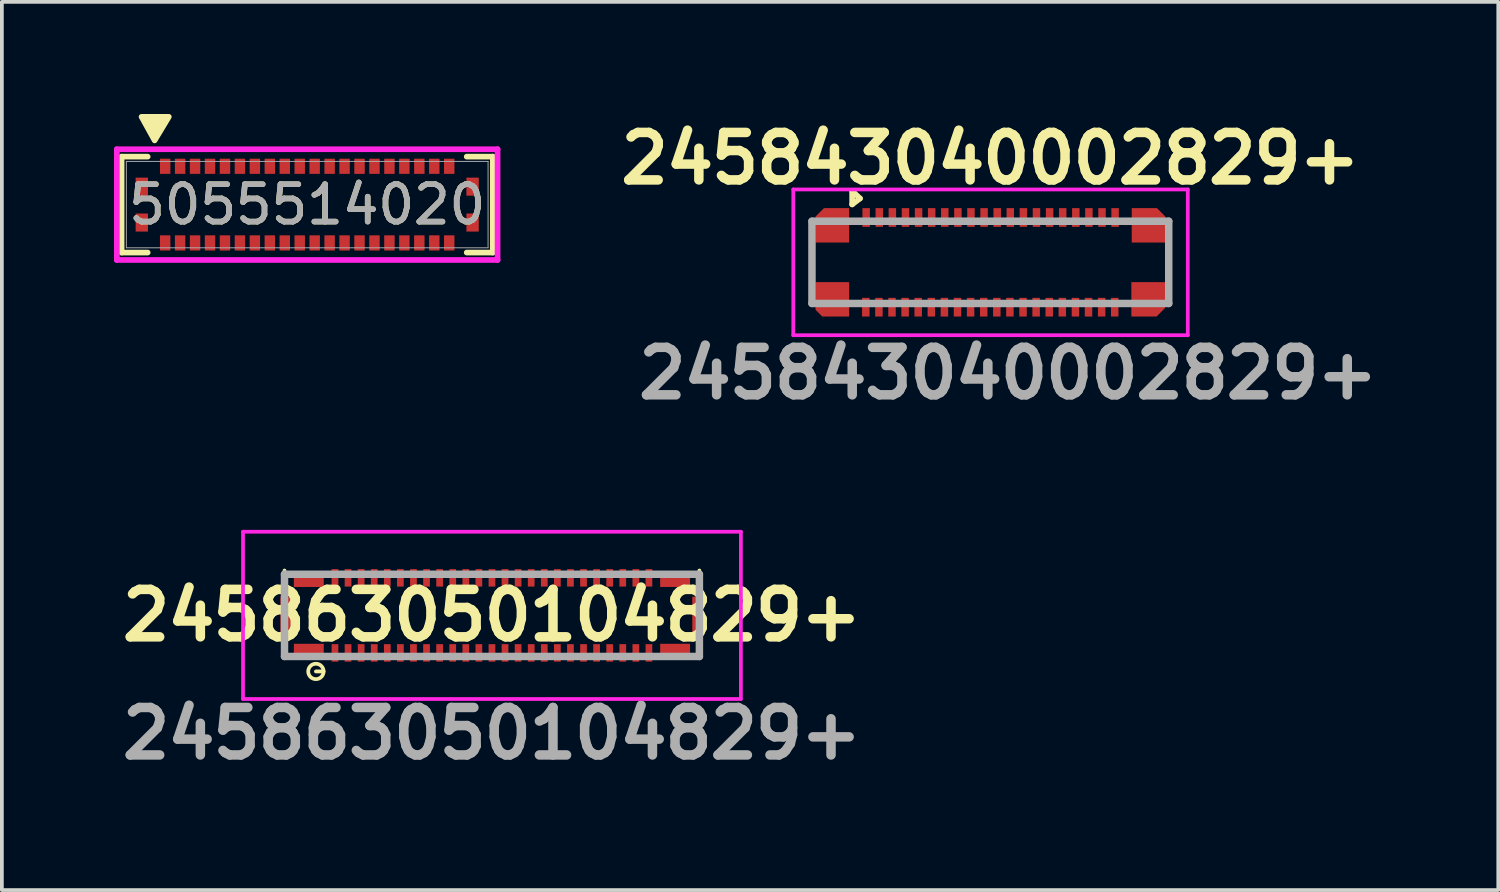
<source format=kicad_pcb>
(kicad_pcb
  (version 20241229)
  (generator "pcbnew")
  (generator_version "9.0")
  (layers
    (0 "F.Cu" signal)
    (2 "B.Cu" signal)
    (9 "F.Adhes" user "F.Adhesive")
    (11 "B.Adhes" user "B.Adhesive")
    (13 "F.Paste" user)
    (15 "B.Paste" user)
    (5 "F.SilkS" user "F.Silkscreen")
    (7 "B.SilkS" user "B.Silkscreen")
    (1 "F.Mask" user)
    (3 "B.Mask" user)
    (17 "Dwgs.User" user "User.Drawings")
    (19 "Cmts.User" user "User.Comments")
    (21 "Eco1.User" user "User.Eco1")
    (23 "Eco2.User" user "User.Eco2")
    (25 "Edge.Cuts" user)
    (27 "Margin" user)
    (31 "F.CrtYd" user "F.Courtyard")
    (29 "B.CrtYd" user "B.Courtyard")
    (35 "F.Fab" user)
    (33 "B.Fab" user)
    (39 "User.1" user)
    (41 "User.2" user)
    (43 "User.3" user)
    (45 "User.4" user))
  (footprint "5055514020"
    (layer "F.Cu")
    (at 5.169 2.424)
    (property "Reference" "5055514020" (at 0 0 0) (unlocked yes) (layer "F.SilkS") (effects (font (size 1 1) (thickness 0.15))))
    (attr smd)
    (fp_line (start -4.966 -1.283) (end -4.966 1.283) (stroke (width 0.152) (type solid)) (layer "F.SilkS"))
    (fp_line (start -4.966 1.283) (end -4.268 1.283) (stroke (width 0.152) (type solid)) (layer "F.SilkS"))
    (fp_line (start -4.268 -1.283) (end -4.966 -1.283) (stroke (width 0.152) (type solid)) (layer "F.SilkS"))
    (fp_line (start 4.268 1.283) (end 4.966 1.283) (stroke (width 0.152) (type solid)) (layer "F.SilkS"))
    (fp_line (start 4.966 -1.283) (end 4.268 -1.283) (stroke (width 0.152) (type solid)) (layer "F.SilkS"))
    (fp_line (start 4.966 1.283) (end 4.966 -1.283) (stroke (width 0.152) (type solid)) (layer "F.SilkS"))
    (fp_poly (pts (xy -4.082 -1.717) (xy -4.432 -2.349) (xy -3.702 -2.349)) (stroke (width 0.15) (type solid)) (fill yes) (layer "F.SilkS"))
    (fp_line (start -5.093 -1.482) (end -5.093 1.482) (stroke (width 0.152) (type solid)) (layer "F.CrtYd"))
    (fp_line (start -5.093 1.482) (end 5.093 1.482) (stroke (width 0.152) (type solid)) (layer "F.CrtYd"))
    (fp_line (start 5.093 -1.482) (end -5.093 -1.482) (stroke (width 0.152) (type solid)) (layer "F.CrtYd"))
    (fp_line (start 5.093 1.482) (end 5.093 -1.482) (stroke (width 0.152) (type solid)) (layer "F.CrtYd"))
    (fp_line (start -4.839 -1.156) (end -4.839 1.156) (stroke (width 0.025) (type solid)) (layer "F.Fab"))
    (fp_line (start -4.839 1.156) (end 4.839 1.156) (stroke (width 0.025) (type solid)) (layer "F.Fab"))
    (fp_line (start 4.839 -1.156) (end -4.839 -1.156) (stroke (width 0.025) (type solid)) (layer "F.Fab"))
    (fp_line (start 4.839 1.156) (end 4.839 -1.156) (stroke (width 0.025) (type solid)) (layer "F.Fab"))
    (fp_text user "${REFERENCE}" (at 0 0 0) (unlocked yes) (layer "F.Fab") (effects (font (size 1 1) (thickness 0.15))))
    (pad "1" smd rect (at -3.8 -1.025) (size 0.279 0.406) (layers "F.Cu" "F.Mask" "F.Paste"))
    (pad "2" smd rect (at -3.8 1.025) (size 0.279 0.406) (layers "F.Cu" "F.Mask" "F.Paste"))
    (pad "3" smd rect (at -3.4 -1.025) (size 0.279 0.406) (layers "F.Cu" "F.Mask" "F.Paste"))
    (pad "4" smd rect (at -3.4 1.025) (size 0.279 0.406) (layers "F.Cu" "F.Mask" "F.Paste"))
    (pad "5" smd rect (at -3 -1.025) (size 0.279 0.406) (layers "F.Cu" "F.Mask" "F.Paste"))
    (pad "6" smd rect (at -3 1.025) (size 0.279 0.406) (layers "F.Cu" "F.Mask" "F.Paste"))
    (pad "7" smd rect (at -2.6 -1.025) (size 0.279 0.406) (layers "F.Cu" "F.Mask" "F.Paste"))
    (pad "8" smd rect (at -2.6 1.025) (size 0.279 0.406) (layers "F.Cu" "F.Mask" "F.Paste"))
    (pad "9" smd rect (at -2.2 -1.025) (size 0.279 0.406) (layers "F.Cu" "F.Mask" "F.Paste"))
    (pad "10" smd rect (at -2.2 1.025) (size 0.279 0.406) (layers "F.Cu" "F.Mask" "F.Paste"))
    (pad "11" smd rect (at -1.8 -1.025) (size 0.279 0.406) (layers "F.Cu" "F.Mask" "F.Paste"))
    (pad "12" smd rect (at -1.8 1.025) (size 0.279 0.406) (layers "F.Cu" "F.Mask" "F.Paste"))
    (pad "13" smd rect (at -1.4 -1.025) (size 0.279 0.406) (layers "F.Cu" "F.Mask" "F.Paste"))
    (pad "14" smd rect (at -1.4 1.025) (size 0.279 0.406) (layers "F.Cu" "F.Mask" "F.Paste"))
    (pad "15" smd rect (at -1 -1.025) (size 0.279 0.406) (layers "F.Cu" "F.Mask" "F.Paste"))
    (pad "16" smd rect (at -1 1.025) (size 0.279 0.406) (layers "F.Cu" "F.Mask" "F.Paste"))
    (pad "17" smd rect (at -0.6 -1.025) (size 0.279 0.406) (layers "F.Cu" "F.Mask" "F.Paste"))
    (pad "18" smd rect (at -0.6 1.025) (size 0.279 0.406) (layers "F.Cu" "F.Mask" "F.Paste"))
    (pad "19" smd rect (at -0.2 -1.025) (size 0.279 0.406) (layers "F.Cu" "F.Mask" "F.Paste"))
    (pad "20" smd rect (at -0.2 1.025) (size 0.279 0.406) (layers "F.Cu" "F.Mask" "F.Paste"))
    (pad "21" smd rect (at 0.2 -1.025) (size 0.279 0.406) (layers "F.Cu" "F.Mask" "F.Paste"))
    (pad "22" smd rect (at 0.2 1.025) (size 0.279 0.406) (layers "F.Cu" "F.Mask" "F.Paste"))
    (pad "23" smd rect (at 0.6 -1.025) (size 0.279 0.406) (layers "F.Cu" "F.Mask" "F.Paste"))
    (pad "24" smd rect (at 0.6 1.025) (size 0.279 0.406) (layers "F.Cu" "F.Mask" "F.Paste"))
    (pad "25" smd rect (at 1 -1.025) (size 0.279 0.406) (layers "F.Cu" "F.Mask" "F.Paste"))
    (pad "26" smd rect (at 1 1.025) (size 0.279 0.406) (layers "F.Cu" "F.Mask" "F.Paste"))
    (pad "27" smd rect (at 1.4 -1.025) (size 0.279 0.406) (layers "F.Cu" "F.Mask" "F.Paste"))
    (pad "28" smd rect (at 1.4 1.025) (size 0.279 0.406) (layers "F.Cu" "F.Mask" "F.Paste"))
    (pad "29" smd rect (at 1.8 -1.025) (size 0.279 0.406) (layers "F.Cu" "F.Mask" "F.Paste"))
    (pad "30" smd rect (at 1.8 1.025) (size 0.279 0.406) (layers "F.Cu" "F.Mask" "F.Paste"))
    (pad "31" smd rect (at 2.2 -1.025) (size 0.279 0.406) (layers "F.Cu" "F.Mask" "F.Paste"))
    (pad "32" smd rect (at 2.2 1.025) (size 0.279 0.406) (layers "F.Cu" "F.Mask" "F.Paste"))
    (pad "33" smd rect (at 2.6 -1.025) (size 0.279 0.406) (layers "F.Cu" "F.Mask" "F.Paste"))
    (pad "34" smd rect (at 2.6 1.025) (size 0.279 0.406) (layers "F.Cu" "F.Mask" "F.Paste"))
    (pad "35" smd rect (at 3 -1.025) (size 0.279 0.406) (layers "F.Cu" "F.Mask" "F.Paste"))
    (pad "36" smd rect (at 3 1.025) (size 0.279 0.406) (layers "F.Cu" "F.Mask" "F.Paste"))
    (pad "37" smd rect (at 3.4 -1.025) (size 0.279 0.406) (layers "F.Cu" "F.Mask" "F.Paste"))
    (pad "38" smd rect (at 3.4 1.025) (size 0.279 0.406) (layers "F.Cu" "F.Mask" "F.Paste"))
    (pad "39" smd rect (at 3.8 -1.025) (size 0.279 0.406) (layers "F.Cu" "F.Mask" "F.Paste"))
    (pad "40" smd rect (at 3.8 1.025) (size 0.279 0.406) (layers "F.Cu" "F.Mask" "F.Paste"))
    (pad "41" smd rect (at -4.425 -0.48) (size 0.33 0.483) (layers "F.Cu" "F.Mask" "F.Paste"))
    (pad "42" smd rect (at 4.425 -0.48) (size 0.33 0.483) (layers "F.Cu" "F.Mask" "F.Paste"))
    (pad "43" smd rect (at -4.425 0.48) (size 0.33 0.483) (layers "F.Cu" "F.Mask" "F.Paste"))
    (pad "44" smd rect (at 4.425 0.48) (size 0.33 0.483) (layers "F.Cu" "F.Mask" "F.Paste")))
  (footprint "245843040002829+"
    (layer "F.Cu")
    (at 23.449 3.969)
    (property "Reference" "245843040002829+" (at 0 -2.78 0) (layer "F.SilkS") (effects (font (size 1.27 1.27) (thickness 0.254))))
    (attr smd)
    (fp_line (start -4.775 -0.4) (end -4.775 0.4) (stroke (width 0.1) (type solid)) (layer "F.SilkS"))
    (fp_line (start -3.7 -1.91) (end -3.49 -1.71) (stroke (width 0.15) (type default)) (layer "F.SilkS"))
    (fp_line (start -3.7 -1.55) (end -3.7 -1.91) (stroke (width 0.15) (type default)) (layer "F.SilkS"))
    (fp_line (start -3.7 -1.55) (end -3.49 -1.71) (stroke (width 0.15) (type default)) (layer "F.SilkS"))
    (fp_line (start 4.77 -0.4) (end 4.77 0.4) (stroke (width 0.1) (type solid)) (layer "F.SilkS"))
    (fp_line (start -5.275 -1.95) (end 5.28 -1.95) (stroke (width 0.1) (type solid)) (layer "F.CrtYd"))
    (fp_line (start -5.275 1.95) (end -5.275 -1.95) (stroke (width 0.1) (type solid)) (layer "F.CrtYd"))
    (fp_line (start 5.28 -1.95) (end 5.28 1.95) (stroke (width 0.1) (type solid)) (layer "F.CrtYd"))
    (fp_line (start 5.28 1.95) (end -5.275 1.95) (stroke (width 0.1) (type solid)) (layer "F.CrtYd"))
    (fp_line (start -4.775 -1.1) (end 4.77 -1.1) (stroke (width 0.2) (type solid)) (layer "F.Fab"))
    (fp_line (start -4.775 1.1) (end -4.775 -1.1) (stroke (width 0.2) (type solid)) (layer "F.Fab"))
    (fp_line (start 4.77 -1.1) (end 4.77 1.1) (stroke (width 0.2) (type solid)) (layer "F.Fab"))
    (fp_line (start 4.77 1.1) (end -4.775 1.1) (stroke (width 0.2) (type solid)) (layer "F.Fab"))
    (fp_text user "${REFERENCE}" (at 0.475 2.97 0) (layer "F.Fab") (effects (font (size 1.27 1.27) (thickness 0.254))))
    (pad "1" smd rect (at -3.325 -1.2) (size 0.2 0.5) (layers "F.Cu" "F.Mask" "F.Paste"))
    (pad "2" smd rect (at -3.335 1.2) (size 0.2 0.5) (layers "F.Cu" "F.Mask" "F.Paste"))
    (pad "3" smd rect (at -2.974 -1.2) (size 0.2 0.5) (layers "F.Cu" "F.Mask" "F.Paste"))
    (pad "4" smd rect (at -2.984 1.2) (size 0.2 0.5) (layers "F.Cu" "F.Mask" "F.Paste"))
    (pad "5" smd rect (at -2.624 -1.2) (size 0.2 0.5) (layers "F.Cu" "F.Mask" "F.Paste"))
    (pad "6" smd rect (at -2.634 1.2) (size 0.2 0.5) (layers "F.Cu" "F.Mask" "F.Paste"))
    (pad "7" smd rect (at -2.273 -1.2) (size 0.2 0.5) (layers "F.Cu" "F.Mask" "F.Paste"))
    (pad "8" smd rect (at -2.283 1.2) (size 0.2 0.5) (layers "F.Cu" "F.Mask" "F.Paste"))
    (pad "9" smd rect (at -1.923 -1.2) (size 0.2 0.5) (layers "F.Cu" "F.Mask" "F.Paste"))
    (pad "10" smd rect (at -1.933 1.2) (size 0.2 0.5) (layers "F.Cu" "F.Mask" "F.Paste"))
    (pad "11" smd rect (at -1.572 -1.2) (size 0.2 0.5) (layers "F.Cu" "F.Mask" "F.Paste"))
    (pad "12" smd rect (at -1.582 1.2) (size 0.2 0.5) (layers "F.Cu" "F.Mask" "F.Paste"))
    (pad "13" smd rect (at -1.222 -1.2) (size 0.2 0.5) (layers "F.Cu" "F.Mask" "F.Paste"))
    (pad "14" smd rect (at -1.232 1.2) (size 0.2 0.5) (layers "F.Cu" "F.Mask" "F.Paste"))
    (pad "15" smd rect (at -0.871 -1.2) (size 0.2 0.5) (layers "F.Cu" "F.Mask" "F.Paste"))
    (pad "16" smd rect (at -0.881 1.2) (size 0.2 0.5) (layers "F.Cu" "F.Mask" "F.Paste"))
    (pad "17" smd rect (at -0.521 -1.2) (size 0.2 0.5) (layers "F.Cu" "F.Mask" "F.Paste"))
    (pad "18" smd rect (at -0.531 1.2) (size 0.2 0.5) (layers "F.Cu" "F.Mask" "F.Paste"))
    (pad "19" smd rect (at -0.17 -1.2) (size 0.2 0.5) (layers "F.Cu" "F.Mask" "F.Paste"))
    (pad "20" smd rect (at -0.18 1.2) (size 0.2 0.5) (layers "F.Cu" "F.Mask" "F.Paste"))
    (pad "21" smd rect (at 0.181 -1.2) (size 0.2 0.5) (layers "F.Cu" "F.Mask" "F.Paste"))
    (pad "22" smd rect (at 0.171 1.2) (size 0.2 0.5) (layers "F.Cu" "F.Mask" "F.Paste"))
    (pad "23" smd rect (at 0.531 -1.2) (size 0.2 0.5) (layers "F.Cu" "F.Mask" "F.Paste"))
    (pad "24" smd rect (at 0.521 1.2) (size 0.2 0.5) (layers "F.Cu" "F.Mask" "F.Paste"))
    (pad "25" smd rect (at 0.882 -1.2) (size 0.2 0.5) (layers "F.Cu" "F.Mask" "F.Paste"))
    (pad "26" smd rect (at 0.872 1.2) (size 0.2 0.5) (layers "F.Cu" "F.Mask" "F.Paste"))
    (pad "27" smd rect (at 1.232 -1.2) (size 0.2 0.5) (layers "F.Cu" "F.Mask" "F.Paste"))
    (pad "28" smd rect (at 1.222 1.2) (size 0.2 0.5) (layers "F.Cu" "F.Mask" "F.Paste"))
    (pad "29" smd rect (at 1.583 -1.2) (size 0.2 0.5) (layers "F.Cu" "F.Mask" "F.Paste"))
    (pad "30" smd rect (at 1.573 1.2) (size 0.2 0.5) (layers "F.Cu" "F.Mask" "F.Paste"))
    (pad "31" smd rect (at 1.933 -1.2) (size 0.2 0.5) (layers "F.Cu" "F.Mask" "F.Paste"))
    (pad "32" smd rect (at 1.923 1.2) (size 0.2 0.5) (layers "F.Cu" "F.Mask" "F.Paste"))
    (pad "33" smd rect (at 2.284 -1.2) (size 0.2 0.5) (layers "F.Cu" "F.Mask" "F.Paste"))
    (pad "34" smd rect (at 2.274 1.2) (size 0.2 0.5) (layers "F.Cu" "F.Mask" "F.Paste"))
    (pad "35" smd rect (at 2.634 -1.2) (size 0.2 0.5) (layers "F.Cu" "F.Mask" "F.Paste"))
    (pad "36" smd rect (at 2.624 1.2) (size 0.2 0.5) (layers "F.Cu" "F.Mask" "F.Paste"))
    (pad "37" smd rect (at 2.985 -1.2) (size 0.2 0.5) (layers "F.Cu" "F.Mask" "F.Paste"))
    (pad "38" smd rect (at 2.975 1.2) (size 0.2 0.5) (layers "F.Cu" "F.Mask" "F.Paste"))
    (pad "39" smd rect (at 3.335 -1.2) (size 0.2 0.5) (layers "F.Cu" "F.Mask" "F.Paste"))
    (pad "40" smd rect (at 3.325 1.2) (size 0.2 0.5) (layers "F.Cu" "F.Mask" "F.Paste"))
    (pad "41" smd roundrect (at -4.23 -0.99) (size 0.9 0.92) (layers "F.Cu" "F.Mask" "F.Paste") (roundrect_rratio 0) (chamfer_ratio 0.25) (chamfer top_left))
    (pad "42" smd roundrect (at -4.23 0.99) (size 0.9 0.92) (layers "F.Cu" "F.Mask" "F.Paste") (roundrect_rratio 0) (chamfer_ratio 0.2) (chamfer bottom_left))
    (pad "43" smd roundrect (at 4.22 0.99) (size 0.9 0.92) (layers "F.Cu" "F.Mask" "F.Paste") (roundrect_rratio 0) (chamfer_ratio 0.25) (chamfer bottom_right))
    (pad "44" smd roundrect (at 4.23 -0.99) (size 0.9 0.92) (layers "F.Cu" "F.Mask" "F.Paste") (roundrect_rratio 0) (chamfer_ratio 0.25) (chamfer top_right)))
  (footprint "245863050104829+"
    (layer "F.Cu")
    (at 10.112 13.414)
    (property "Reference" "245863050104829+" (at 0 0 0) (layer "F.SilkS") (effects (font (size 1.27 1.27) (thickness 0.254))))
    (attr smd)
    (fp_line (start -5.55 -1.2) (end -5.55 -0.7) (stroke (width 0.1) (type solid)) (layer "F.SilkS"))
    (fp_line (start -5.55 0.6) (end -5.55 1.004) (stroke (width 0.1) (type solid)) (layer "F.SilkS"))
    (fp_line (start -5.55 0.935) (end -5.55 1.1) (stroke (width 0.1) (type solid)) (layer "F.SilkS"))
    (fp_line (start -4.71 1.5) (end -4.504 1.5) (stroke (width 0.1) (type default)) (layer "F.SilkS"))
    (fp_line (start 5.55 -1.2) (end 5.55 -0.7) (stroke (width 0.1) (type solid)) (layer "F.SilkS"))
    (fp_line (start 5.55 0.6) (end 5.55 1.004) (stroke (width 0.1) (type solid)) (layer "F.SilkS"))
    (fp_line (start 5.55 1.004) (end 5.55 1.1) (stroke (width 0.1) (type solid)) (layer "F.SilkS"))
    (fp_circle (center -4.71 1.5) (end -4.53 1.6) (stroke (width 0.1) (type default)) (fill no) (layer "F.SilkS"))
    (fp_line (start -6.66 -2.237) (end 6.66 -2.237) (stroke (width 0.1) (type solid)) (layer "F.CrtYd"))
    (fp_line (start -6.66 2.237) (end -6.66 -2.237) (stroke (width 0.1) (type solid)) (layer "F.CrtYd"))
    (fp_line (start 6.66 -2.237) (end 6.66 2.237) (stroke (width 0.1) (type solid)) (layer "F.CrtYd"))
    (fp_line (start 6.66 2.237) (end -6.66 2.237) (stroke (width 0.1) (type solid)) (layer "F.CrtYd"))
    (fp_line (start -5.55 -1.1) (end 5.55 -1.1) (stroke (width 0.2) (type solid)) (layer "F.Fab"))
    (fp_line (start -5.55 1.1) (end -5.55 -1.1) (stroke (width 0.2) (type solid)) (layer "F.Fab"))
    (fp_line (start 5.55 -1.1) (end 5.55 1.1) (stroke (width 0.2) (type solid)) (layer "F.Fab"))
    (fp_line (start 5.55 1.1) (end -5.55 1.1) (stroke (width 0.2) (type solid)) (layer "F.Fab"))
    (fp_text user "${REFERENCE}" (at 0 3.16 0) (layer "F.Fab") (effects (font (size 1.27 1.27) (thickness 0.254))))
    (pad "1" smd rect (at -4.2 1.004) (size 0.18 0.467) (layers "F.Cu" "F.Mask" "F.Paste"))
    (pad "2" smd rect (at -3.85 1.004) (size 0.18 0.467) (layers "F.Cu" "F.Mask" "F.Paste"))
    (pad "3" smd rect (at -3.5 1.004) (size 0.18 0.467) (layers "F.Cu" "F.Mask" "F.Paste"))
    (pad "4" smd rect (at -3.15 1.004) (size 0.18 0.467) (layers "F.Cu" "F.Mask" "F.Paste"))
    (pad "5" smd rect (at -2.8 1.004) (size 0.18 0.467) (layers "F.Cu" "F.Mask" "F.Paste"))
    (pad "6" smd rect (at -2.45 1.004) (size 0.18 0.467) (layers "F.Cu" "F.Mask" "F.Paste"))
    (pad "7" smd rect (at -2.1 1.004) (size 0.18 0.467) (layers "F.Cu" "F.Mask" "F.Paste"))
    (pad "8" smd rect (at -1.75 1.004) (size 0.18 0.467) (layers "F.Cu" "F.Mask" "F.Paste"))
    (pad "9" smd rect (at -1.4 1.004) (size 0.18 0.467) (layers "F.Cu" "F.Mask" "F.Paste"))
    (pad "10" smd rect (at -1.05 1.004) (size 0.18 0.467) (layers "F.Cu" "F.Mask" "F.Paste"))
    (pad "11" smd rect (at -0.7 1.004) (size 0.18 0.467) (layers "F.Cu" "F.Mask" "F.Paste"))
    (pad "12" smd rect (at -0.35 1.004) (size 0.18 0.467) (layers "F.Cu" "F.Mask" "F.Paste"))
    (pad "13" smd rect (at 0 1.004) (size 0.18 0.467) (layers "F.Cu" "F.Mask" "F.Paste"))
    (pad "14" smd rect (at 0.35 1.004) (size 0.18 0.467) (layers "F.Cu" "F.Mask" "F.Paste"))
    (pad "15" smd rect (at 0.7 1.004) (size 0.18 0.467) (layers "F.Cu" "F.Mask" "F.Paste"))
    (pad "16" smd rect (at 1.05 1.004) (size 0.18 0.467) (layers "F.Cu" "F.Mask" "F.Paste"))
    (pad "17" smd rect (at 1.4 1.004) (size 0.18 0.467) (layers "F.Cu" "F.Mask" "F.Paste"))
    (pad "18" smd rect (at 1.75 1.004) (size 0.18 0.467) (layers "F.Cu" "F.Mask" "F.Paste"))
    (pad "19" smd rect (at 2.1 1.004) (size 0.18 0.467) (layers "F.Cu" "F.Mask" "F.Paste"))
    (pad "20" smd rect (at 2.45 1.004) (size 0.18 0.467) (layers "F.Cu" "F.Mask" "F.Paste"))
    (pad "21" smd rect (at 2.8 1.004) (size 0.18 0.467) (layers "F.Cu" "F.Mask" "F.Paste"))
    (pad "22" smd rect (at 3.15 1.004) (size 0.18 0.467) (layers "F.Cu" "F.Mask" "F.Paste"))
    (pad "23" smd rect (at 3.5 1.004) (size 0.18 0.467) (layers "F.Cu" "F.Mask" "F.Paste"))
    (pad "24" smd rect (at 3.85 1.004) (size 0.18 0.467) (layers "F.Cu" "F.Mask" "F.Paste"))
    (pad "25" smd rect (at 4.2 1.004) (size 0.18 0.467) (layers "F.Cu" "F.Mask" "F.Paste"))
    (pad "26" smd rect (at 4.2 -1.004) (size 0.18 0.467) (layers "F.Cu" "F.Mask" "F.Paste"))
    (pad "27" smd rect (at 3.85 -1.004) (size 0.18 0.467) (layers "F.Cu" "F.Mask" "F.Paste"))
    (pad "28" smd rect (at 3.5 -1.004) (size 0.18 0.467) (layers "F.Cu" "F.Mask" "F.Paste"))
    (pad "29" smd rect (at 3.15 -1.004) (size 0.18 0.467) (layers "F.Cu" "F.Mask" "F.Paste"))
    (pad "30" smd rect (at 2.8 -1.004) (size 0.18 0.467) (layers "F.Cu" "F.Mask" "F.Paste"))
    (pad "31" smd rect (at 2.45 -1.004) (size 0.18 0.467) (layers "F.Cu" "F.Mask" "F.Paste"))
    (pad "32" smd rect (at 2.1 -1.004) (size 0.18 0.467) (layers "F.Cu" "F.Mask" "F.Paste"))
    (pad "33" smd rect (at 1.75 -1.004) (size 0.18 0.467) (layers "F.Cu" "F.Mask" "F.Paste"))
    (pad "34" smd rect (at 1.4 -1.004) (size 0.18 0.467) (layers "F.Cu" "F.Mask" "F.Paste"))
    (pad "35" smd rect (at 1.05 -1.004) (size 0.18 0.467) (layers "F.Cu" "F.Mask" "F.Paste"))
    (pad "36" smd rect (at 0.7 -1.004) (size 0.18 0.467) (layers "F.Cu" "F.Mask" "F.Paste"))
    (pad "37" smd rect (at 0.35 -1.004) (size 0.18 0.467) (layers "F.Cu" "F.Mask" "F.Paste"))
    (pad "38" smd rect (at 0 -1.004) (size 0.18 0.467) (layers "F.Cu" "F.Mask" "F.Paste"))
    (pad "39" smd rect (at -0.35 -1.004) (size 0.18 0.467) (layers "F.Cu" "F.Mask" "F.Paste"))
    (pad "40" smd rect (at -0.7 -1.004) (size 0.18 0.467) (layers "F.Cu" "F.Mask" "F.Paste"))
    (pad "41" smd rect (at -1.05 -1.004) (size 0.18 0.467) (layers "F.Cu" "F.Mask" "F.Paste"))
    (pad "42" smd rect (at -1.4 -1.004) (size 0.18 0.467) (layers "F.Cu" "F.Mask" "F.Paste"))
    (pad "43" smd rect (at -1.75 -1.004) (size 0.18 0.467) (layers "F.Cu" "F.Mask" "F.Paste"))
    (pad "44" smd rect (at -2.1 -1.004) (size 0.18 0.467) (layers "F.Cu" "F.Mask" "F.Paste"))
    (pad "45" smd rect (at -2.45 -1.004) (size 0.18 0.467) (layers "F.Cu" "F.Mask" "F.Paste"))
    (pad "46" smd rect (at -2.8 -1.004) (size 0.18 0.467) (layers "F.Cu" "F.Mask" "F.Paste"))
    (pad "47" smd rect (at -3.15 -1.004) (size 0.18 0.467) (layers "F.Cu" "F.Mask" "F.Paste"))
    (pad "48" smd rect (at -3.5 -1.004) (size 0.18 0.467) (layers "F.Cu" "F.Mask" "F.Paste"))
    (pad "49" smd rect (at -3.85 -1.004) (size 0.18 0.467) (layers "F.Cu" "F.Mask" "F.Paste"))
    (pad "50" smd rect (at -4.2 -1.004) (size 0.18 0.467) (layers "F.Cu" "F.Mask" "F.Paste"))
    (pad "MP1" smd rect (at -5.51 0) (size 0.3 1) (layers "F.Cu" "F.Mask" "F.Paste"))
    (pad "MP2" smd rect (at 5.51 0) (size 0.3 1) (layers "F.Cu" "F.Mask" "F.Paste"))
    (pad "MP3" smd rect (at -4.9 -0.935 90) (size 0.35 0.8) (layers "F.Cu" "F.Mask" "F.Paste"))
    (pad "MP4" smd rect (at 4.9 -0.935 90) (size 0.35 0.8) (layers "F.Cu" "F.Mask" "F.Paste"))
    (pad "MP5" smd rect (at 4.9 0.935 90) (size 0.35 0.8) (layers "F.Cu" "F.Mask" "F.Paste"))
    (pad "MP6" smd rect (at -4.9 0.935 90) (size 0.35 0.8) (layers "F.Cu" "F.Mask" "F.Paste")))
  (gr_rect
    (start -3 -3)
    (end 37.036 20.763)
    (stroke (width 0.1) (type default))
    (fill no)
    (layer "Edge.Cuts")))
</source>
